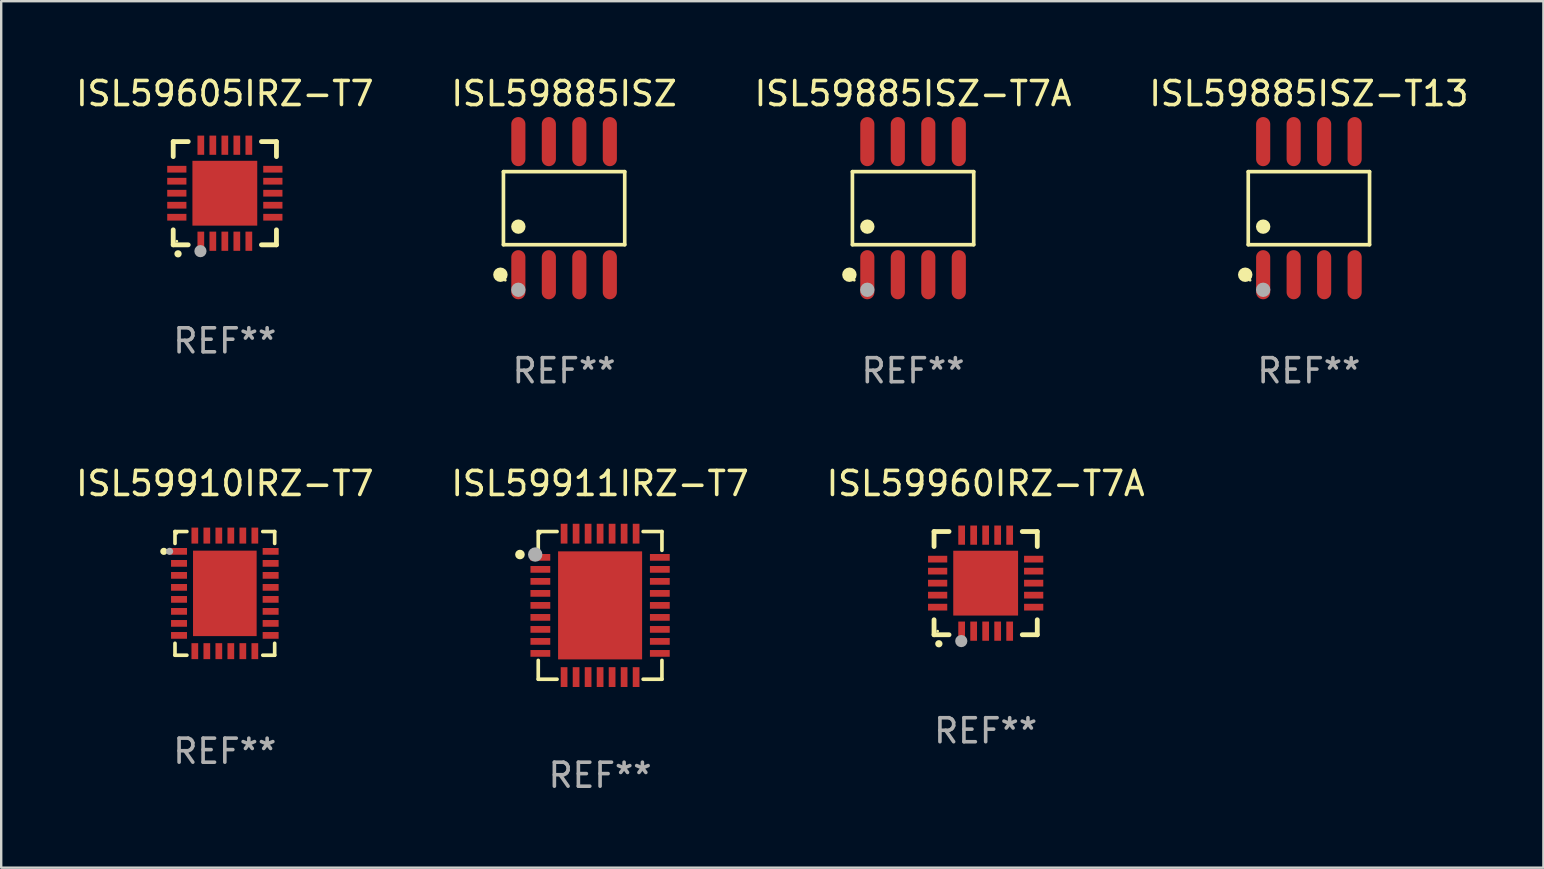
<source format=kicad_pcb>
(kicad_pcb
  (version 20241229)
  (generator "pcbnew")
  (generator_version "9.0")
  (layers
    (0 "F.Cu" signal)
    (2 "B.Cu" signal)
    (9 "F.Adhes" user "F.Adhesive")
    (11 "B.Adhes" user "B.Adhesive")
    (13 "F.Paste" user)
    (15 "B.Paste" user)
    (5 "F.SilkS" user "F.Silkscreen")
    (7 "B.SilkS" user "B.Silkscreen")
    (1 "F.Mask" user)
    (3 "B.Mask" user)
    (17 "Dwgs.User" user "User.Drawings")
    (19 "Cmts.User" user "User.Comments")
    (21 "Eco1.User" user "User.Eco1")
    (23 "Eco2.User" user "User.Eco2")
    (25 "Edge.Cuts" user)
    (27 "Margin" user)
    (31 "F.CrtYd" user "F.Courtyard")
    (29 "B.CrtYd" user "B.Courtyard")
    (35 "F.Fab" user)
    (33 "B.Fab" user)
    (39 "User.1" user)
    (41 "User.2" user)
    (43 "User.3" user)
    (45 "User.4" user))
  (footprint "ISL59885ISZ-T13"
    (layer "F.Cu")
    (at 51.47 5.621)
    (property "Reference" "ISL59885ISZ-T13" (at 0 -4.772 0) (layer "F.SilkS") (effects (font (size 1 1) (thickness 0.15))))
    (attr through_hole)
    (fp_line (start -2.526 -1.521) (end 2.526 -1.521) (stroke (width 0.152) (type solid)) (layer "F.SilkS"))
    (fp_line (start -2.526 1.521) (end -2.526 -1.521) (stroke (width 0.152) (type solid)) (layer "F.SilkS"))
    (fp_line (start 2.526 -1.521) (end 2.526 1.521) (stroke (width 0.152) (type solid)) (layer "F.SilkS"))
    (fp_line (start 2.526 1.521) (end -2.526 1.521) (stroke (width 0.152) (type solid)) (layer "F.SilkS"))
    (fp_circle (center -2.652 2.772) (end -2.501 2.772) (stroke (width 0.3) (type solid)) (fill no) (layer "F.SilkS"))
    (fp_circle (center -2.45 3) (end -2.42 3) (stroke (width 0.06) (type solid)) (fill no) (layer "F.SilkS"))
    (fp_circle (center -1.905 0.769) (end -1.755 0.769) (stroke (width 0.3) (type solid)) (fill no) (layer "F.SilkS"))
    (fp_circle (center -1.905 3.4) (end -1.755 3.4) (stroke (width 0.3) (type solid)) (fill no) (layer "F.Fab"))
    (fp_text user "REF**" (at 0 6.772 0) (layer "F.Fab") (effects (font (size 1 1) (thickness 0.15))))
    (pad "1" smd oval (at -1.905 2.772) (size 0.588 2.045) (layers "F.Cu" "F.Mask" "F.Paste"))
    (pad "2" smd oval (at -0.635 2.772) (size 0.588 2.045) (layers "F.Cu" "F.Mask" "F.Paste"))
    (pad "3" smd oval (at 0.635 2.772) (size 0.588 2.045) (layers "F.Cu" "F.Mask" "F.Paste"))
    (pad "4" smd oval (at 1.905 2.772) (size 0.588 2.045) (layers "F.Cu" "F.Mask" "F.Paste"))
    (pad "5" smd oval (at 1.905 -2.772) (size 0.588 2.045) (layers "F.Cu" "F.Mask" "F.Paste"))
    (pad "6" smd oval (at 0.635 -2.772) (size 0.588 2.045) (layers "F.Cu" "F.Mask" "F.Paste"))
    (pad "7" smd oval (at -0.635 -2.772) (size 0.588 2.045) (layers "F.Cu" "F.Mask" "F.Paste"))
    (pad "8" smd oval (at -1.905 -2.772) (size 0.588 2.045) (layers "F.Cu" "F.Mask" "F.Paste")))
  (footprint "ISL59885ISZ-T7A"
    (layer "F.Cu")
    (at 34.982 5.621)
    (property "Reference" "ISL59885ISZ-T7A" (at 0 -4.772 0) (layer "F.SilkS") (effects (font (size 1 1) (thickness 0.15))))
    (attr through_hole)
    (fp_line (start -2.526 -1.521) (end 2.526 -1.521) (stroke (width 0.152) (type solid)) (layer "F.SilkS"))
    (fp_line (start -2.526 1.521) (end -2.526 -1.521) (stroke (width 0.152) (type solid)) (layer "F.SilkS"))
    (fp_line (start 2.526 -1.521) (end 2.526 1.521) (stroke (width 0.152) (type solid)) (layer "F.SilkS"))
    (fp_line (start 2.526 1.521) (end -2.526 1.521) (stroke (width 0.152) (type solid)) (layer "F.SilkS"))
    (fp_circle (center -2.652 2.772) (end -2.501 2.772) (stroke (width 0.3) (type solid)) (fill no) (layer "F.SilkS"))
    (fp_circle (center -2.45 3) (end -2.42 3) (stroke (width 0.06) (type solid)) (fill no) (layer "F.SilkS"))
    (fp_circle (center -1.905 0.769) (end -1.755 0.769) (stroke (width 0.3) (type solid)) (fill no) (layer "F.SilkS"))
    (fp_circle (center -1.905 3.4) (end -1.755 3.4) (stroke (width 0.3) (type solid)) (fill no) (layer "F.Fab"))
    (fp_text user "REF**" (at 0 6.772 0) (layer "F.Fab") (effects (font (size 1 1) (thickness 0.15))))
    (pad "1" smd oval (at -1.905 2.772) (size 0.588 2.045) (layers "F.Cu" "F.Mask" "F.Paste"))
    (pad "2" smd oval (at -0.635 2.772) (size 0.588 2.045) (layers "F.Cu" "F.Mask" "F.Paste"))
    (pad "3" smd oval (at 0.635 2.772) (size 0.588 2.045) (layers "F.Cu" "F.Mask" "F.Paste"))
    (pad "4" smd oval (at 1.905 2.772) (size 0.588 2.045) (layers "F.Cu" "F.Mask" "F.Paste"))
    (pad "5" smd oval (at 1.905 -2.772) (size 0.588 2.045) (layers "F.Cu" "F.Mask" "F.Paste"))
    (pad "6" smd oval (at 0.635 -2.772) (size 0.588 2.045) (layers "F.Cu" "F.Mask" "F.Paste"))
    (pad "7" smd oval (at -0.635 -2.772) (size 0.588 2.045) (layers "F.Cu" "F.Mask" "F.Paste"))
    (pad "8" smd oval (at -1.905 -2.772) (size 0.588 2.045) (layers "F.Cu" "F.Mask" "F.Paste")))
  (footprint "ISL59910IRZ-T7"
    (layer "F.Cu")
    (at 6.315 21.666)
    (property "Reference" "ISL59910IRZ-T7" (at 0 -4.576 0) (layer "F.SilkS") (effects (font (size 1 1) (thickness 0.15))))
    (attr through_hole)
    (fp_line (start -2.076 -2.576) (end -2.076 -2.08) (stroke (width 0.152) (type solid)) (layer "F.SilkS"))
    (fp_line (start -2.076 2.576) (end -2.076 2.08) (stroke (width 0.152) (type solid)) (layer "F.SilkS"))
    (fp_line (start -1.58 -2.576) (end -2.076 -2.576) (stroke (width 0.152) (type solid)) (layer "F.SilkS"))
    (fp_line (start -1.58 2.576) (end -2.076 2.576) (stroke (width 0.152) (type solid)) (layer "F.SilkS"))
    (fp_line (start 1.58 -2.576) (end 2.076 -2.576) (stroke (width 0.152) (type solid)) (layer "F.SilkS"))
    (fp_line (start 1.58 2.576) (end 2.076 2.576) (stroke (width 0.152) (type solid)) (layer "F.SilkS"))
    (fp_line (start 2.076 -2.576) (end 2.076 -2.08) (stroke (width 0.152) (type solid)) (layer "F.SilkS"))
    (fp_line (start 2.076 2.576) (end 2.076 2.08) (stroke (width 0.152) (type solid)) (layer "F.SilkS"))
    (fp_circle (center -2.54 -1.75) (end -2.465 -1.75) (stroke (width 0.15) (type solid)) (fill no) (layer "F.SilkS"))
    (fp_circle (center -2 -2.5) (end -1.97 -2.5) (stroke (width 0.06) (type solid)) (fill no) (layer "F.SilkS"))
    (fp_circle (center -2.3 -1.75) (end -2.225 -1.75) (stroke (width 0.15) (type solid)) (fill no) (layer "F.Fab"))
    (fp_text user "REF**" (at 0 6.576 0) (layer "F.Fab") (effects (font (size 1 1) (thickness 0.15))))
    (pad "1" smd rect (at -1.908 -1.75) (size 0.665 0.28) (layers "F.Cu" "F.Mask" "F.Paste"))
    (pad "2" smd rect (at -1.908 -1.25) (size 0.665 0.28) (layers "F.Cu" "F.Mask" "F.Paste"))
    (pad "3" smd rect (at -1.908 -0.75) (size 0.665 0.28) (layers "F.Cu" "F.Mask" "F.Paste"))
    (pad "4" smd rect (at -1.908 -0.25) (size 0.665 0.28) (layers "F.Cu" "F.Mask" "F.Paste"))
    (pad "5" smd rect (at -1.908 0.25) (size 0.665 0.28) (layers "F.Cu" "F.Mask" "F.Paste"))
    (pad "6" smd rect (at -1.908 0.75) (size 0.665 0.28) (layers "F.Cu" "F.Mask" "F.Paste"))
    (pad "7" smd rect (at -1.908 1.25) (size 0.665 0.28) (layers "F.Cu" "F.Mask" "F.Paste"))
    (pad "8" smd rect (at -1.908 1.75) (size 0.665 0.28) (layers "F.Cu" "F.Mask" "F.Paste"))
    (pad "9" smd rect (at -1.25 2.407) (size 0.28 0.665) (layers "F.Cu" "F.Mask" "F.Paste"))
    (pad "10" smd rect (at -0.75 2.407) (size 0.28 0.665) (layers "F.Cu" "F.Mask" "F.Paste"))
    (pad "11" smd rect (at -0.25 2.407) (size 0.28 0.665) (layers "F.Cu" "F.Mask" "F.Paste"))
    (pad "12" smd rect (at 0.25 2.407) (size 0.28 0.665) (layers "F.Cu" "F.Mask" "F.Paste"))
    (pad "13" smd rect (at 0.75 2.407) (size 0.28 0.665) (layers "F.Cu" "F.Mask" "F.Paste"))
    (pad "14" smd rect (at 1.25 2.407) (size 0.28 0.665) (layers "F.Cu" "F.Mask" "F.Paste"))
    (pad "15" smd rect (at 1.908 1.75) (size 0.665 0.28) (layers "F.Cu" "F.Mask" "F.Paste"))
    (pad "16" smd rect (at 1.908 1.25) (size 0.665 0.28) (layers "F.Cu" "F.Mask" "F.Paste"))
    (pad "17" smd rect (at 1.908 0.75) (size 0.665 0.28) (layers "F.Cu" "F.Mask" "F.Paste"))
    (pad "18" smd rect (at 1.908 0.25) (size 0.665 0.28) (layers "F.Cu" "F.Mask" "F.Paste"))
    (pad "19" smd rect (at 1.908 -0.25) (size 0.665 0.28) (layers "F.Cu" "F.Mask" "F.Paste"))
    (pad "20" smd rect (at 1.908 -0.75) (size 0.665 0.28) (layers "F.Cu" "F.Mask" "F.Paste"))
    (pad "21" smd rect (at 1.908 -1.25) (size 0.665 0.28) (layers "F.Cu" "F.Mask" "F.Paste"))
    (pad "22" smd rect (at 1.908 -1.75) (size 0.665 0.28) (layers "F.Cu" "F.Mask" "F.Paste"))
    (pad "23" smd rect (at 1.25 -2.407) (size 0.28 0.665) (layers "F.Cu" "F.Mask" "F.Paste"))
    (pad "24" smd rect (at 0.75 -2.407) (size 0.28 0.665) (layers "F.Cu" "F.Mask" "F.Paste"))
    (pad "25" smd rect (at 0.25 -2.407) (size 0.28 0.665) (layers "F.Cu" "F.Mask" "F.Paste"))
    (pad "26" smd rect (at -0.25 -2.407) (size 0.28 0.665) (layers "F.Cu" "F.Mask" "F.Paste"))
    (pad "27" smd rect (at -0.75 -2.407) (size 0.28 0.665) (layers "F.Cu" "F.Mask" "F.Paste"))
    (pad "28" smd rect (at -1.25 -2.407) (size 0.28 0.665) (layers "F.Cu" "F.Mask" "F.Paste"))
    (pad "29" smd rect (at 0 0) (size 2.65 3.56) (layers "F.Cu" "F.Mask" "F.Paste")))
  (footprint "ISL59885ISZ"
    (layer "F.Cu")
    (at 20.446 5.621)
    (property "Reference" "ISL59885ISZ" (at 0 -4.772 0) (layer "F.SilkS") (effects (font (size 1 1) (thickness 0.15))))
    (attr through_hole)
    (fp_line (start -2.526 -1.521) (end 2.526 -1.521) (stroke (width 0.152) (type solid)) (layer "F.SilkS"))
    (fp_line (start -2.526 1.521) (end -2.526 -1.521) (stroke (width 0.152) (type solid)) (layer "F.SilkS"))
    (fp_line (start 2.526 -1.521) (end 2.526 1.521) (stroke (width 0.152) (type solid)) (layer "F.SilkS"))
    (fp_line (start 2.526 1.521) (end -2.526 1.521) (stroke (width 0.152) (type solid)) (layer "F.SilkS"))
    (fp_circle (center -2.652 2.772) (end -2.501 2.772) (stroke (width 0.3) (type solid)) (fill no) (layer "F.SilkS"))
    (fp_circle (center -2.45 3) (end -2.42 3) (stroke (width 0.06) (type solid)) (fill no) (layer "F.SilkS"))
    (fp_circle (center -1.905 0.769) (end -1.755 0.769) (stroke (width 0.3) (type solid)) (fill no) (layer "F.SilkS"))
    (fp_circle (center -1.905 3.4) (end -1.755 3.4) (stroke (width 0.3) (type solid)) (fill no) (layer "F.Fab"))
    (fp_text user "REF**" (at 0 6.772 0) (layer "F.Fab") (effects (font (size 1 1) (thickness 0.15))))
    (pad "1" smd oval (at -1.905 2.772) (size 0.588 2.045) (layers "F.Cu" "F.Mask" "F.Paste"))
    (pad "2" smd oval (at -0.635 2.772) (size 0.588 2.045) (layers "F.Cu" "F.Mask" "F.Paste"))
    (pad "3" smd oval (at 0.635 2.772) (size 0.588 2.045) (layers "F.Cu" "F.Mask" "F.Paste"))
    (pad "4" smd oval (at 1.905 2.772) (size 0.588 2.045) (layers "F.Cu" "F.Mask" "F.Paste"))
    (pad "5" smd oval (at 1.905 -2.772) (size 0.588 2.045) (layers "F.Cu" "F.Mask" "F.Paste"))
    (pad "6" smd oval (at 0.635 -2.772) (size 0.588 2.045) (layers "F.Cu" "F.Mask" "F.Paste"))
    (pad "7" smd oval (at -0.635 -2.772) (size 0.588 2.045) (layers "F.Cu" "F.Mask" "F.Paste"))
    (pad "8" smd oval (at -1.905 -2.772) (size 0.588 2.045) (layers "F.Cu" "F.Mask" "F.Paste")))
  (footprint "ISL59911IRZ-T7"
    (layer "F.Cu")
    (at 21.946 22.166)
    (property "Reference" "ISL59911IRZ-T7" (at 0 -5.076 0) (layer "F.SilkS") (effects (font (size 1 1) (thickness 0.15))))
    (attr through_hole)
    (fp_line (start -2.576 -3.076) (end -1.792 -3.076) (stroke (width 0.152) (type solid)) (layer "F.SilkS"))
    (fp_line (start -2.576 -2.292) (end -2.576 -3.076) (stroke (width 0.152) (type solid)) (layer "F.SilkS"))
    (fp_line (start -2.576 2.292) (end -2.576 3.076) (stroke (width 0.152) (type solid)) (layer "F.SilkS"))
    (fp_line (start -2.576 3.076) (end -1.792 3.076) (stroke (width 0.152) (type solid)) (layer "F.SilkS"))
    (fp_line (start 2.576 -3.076) (end 1.792 -3.076) (stroke (width 0.152) (type solid)) (layer "F.SilkS"))
    (fp_line (start 2.576 -2.292) (end 2.576 -3.076) (stroke (width 0.152) (type solid)) (layer "F.SilkS"))
    (fp_line (start 2.576 2.292) (end 2.576 3.076) (stroke (width 0.152) (type solid)) (layer "F.SilkS"))
    (fp_line (start 2.576 3.076) (end 1.792 3.076) (stroke (width 0.152) (type solid)) (layer "F.SilkS"))
    (fp_circle (center -3.338 -2.118) (end -3.238 -2.118) (stroke (width 0.2) (type solid)) (fill no) (layer "F.SilkS"))
    (fp_circle (center -2.5 -3) (end -2.47 -3) (stroke (width 0.06) (type solid)) (fill no) (layer "F.SilkS"))
    (fp_circle (center -2.703 -2.118) (end -2.553 -2.118) (stroke (width 0.3) (type solid)) (fill no) (layer "F.Fab"))
    (fp_text user "REF**" (at 0 7.076 0) (layer "F.Fab") (effects (font (size 1 1) (thickness 0.15))))
    (pad "1" smd rect (at -2.488 -2) (size 0.825 0.28) (layers "F.Cu" "F.Mask" "F.Paste"))
    (pad "2" smd rect (at -2.488 -1.5) (size 0.825 0.28) (layers "F.Cu" "F.Mask" "F.Paste"))
    (pad "3" smd rect (at -2.488 -1) (size 0.825 0.28) (layers "F.Cu" "F.Mask" "F.Paste"))
    (pad "4" smd rect (at -2.488 -0.5) (size 0.825 0.28) (layers "F.Cu" "F.Mask" "F.Paste"))
    (pad "5" smd rect (at -2.488 -0.000013) (size 0.825 0.28) (layers "F.Cu" "F.Mask" "F.Paste"))
    (pad "6" smd rect (at -2.488 0.5) (size 0.825 0.28) (layers "F.Cu" "F.Mask" "F.Paste"))
    (pad "7" smd rect (at -2.488 1) (size 0.825 0.28) (layers "F.Cu" "F.Mask" "F.Paste"))
    (pad "8" smd rect (at -2.488 1.5) (size 0.825 0.28) (layers "F.Cu" "F.Mask" "F.Paste"))
    (pad "9" smd rect (at -2.488 2) (size 0.825 0.28) (layers "F.Cu" "F.Mask" "F.Paste"))
    (pad "10" smd rect (at -1.5 2.987) (size 0.28 0.825) (layers "F.Cu" "F.Mask" "F.Paste"))
    (pad "11" smd rect (at -1 2.987) (size 0.28 0.825) (layers "F.Cu" "F.Mask" "F.Paste"))
    (pad "12" smd rect (at -0.5 2.987) (size 0.28 0.825) (layers "F.Cu" "F.Mask" "F.Paste"))
    (pad "13" smd rect (at -0.000013 2.987) (size 0.28 0.825) (layers "F.Cu" "F.Mask" "F.Paste"))
    (pad "14" smd rect (at 0.5 2.987) (size 0.28 0.825) (layers "F.Cu" "F.Mask" "F.Paste"))
    (pad "15" smd rect (at 1 2.987) (size 0.28 0.825) (layers "F.Cu" "F.Mask" "F.Paste"))
    (pad "16" smd rect (at 1.5 2.987) (size 0.28 0.825) (layers "F.Cu" "F.Mask" "F.Paste"))
    (pad "17" smd rect (at 2.488 2) (size 0.825 0.28) (layers "F.Cu" "F.Mask" "F.Paste"))
    (pad "18" smd rect (at 2.488 1.5) (size 0.825 0.28) (layers "F.Cu" "F.Mask" "F.Paste"))
    (pad "19" smd rect (at 2.488 1) (size 0.825 0.28) (layers "F.Cu" "F.Mask" "F.Paste"))
    (pad "20" smd rect (at 2.488 0.5) (size 0.825 0.28) (layers "F.Cu" "F.Mask" "F.Paste"))
    (pad "21" smd rect (at 2.488 -0.000013) (size 0.825 0.28) (layers "F.Cu" "F.Mask" "F.Paste"))
    (pad "22" smd rect (at 2.488 -0.5) (size 0.825 0.28) (layers "F.Cu" "F.Mask" "F.Paste"))
    (pad "23" smd rect (at 2.488 -1) (size 0.825 0.28) (layers "F.Cu" "F.Mask" "F.Paste"))
    (pad "24" smd rect (at 2.488 -1.5) (size 0.825 0.28) (layers "F.Cu" "F.Mask" "F.Paste"))
    (pad "25" smd rect (at 2.488 -2) (size 0.825 0.28) (layers "F.Cu" "F.Mask" "F.Paste"))
    (pad "26" smd rect (at 1.5 -2.987) (size 0.28 0.825) (layers "F.Cu" "F.Mask" "F.Paste"))
    (pad "27" smd rect (at 1 -2.987) (size 0.28 0.825) (layers "F.Cu" "F.Mask" "F.Paste"))
    (pad "28" smd rect (at 0.5 -2.987) (size 0.28 0.825) (layers "F.Cu" "F.Mask" "F.Paste"))
    (pad "29" smd rect (at -0.000013 -2.987) (size 0.28 0.825) (layers "F.Cu" "F.Mask" "F.Paste"))
    (pad "30" smd rect (at -0.5 -2.987) (size 0.28 0.825) (layers "F.Cu" "F.Mask" "F.Paste"))
    (pad "31" smd rect (at -1 -2.987) (size 0.28 0.825) (layers "F.Cu" "F.Mask" "F.Paste"))
    (pad "32" smd rect (at -1.5 -2.987) (size 0.28 0.825) (layers "F.Cu" "F.Mask" "F.Paste"))
    (pad "33" smd rect (at -0.000013 -0.000013) (size 3.5 4.5) (layers "F.Cu" "F.Mask" "F.Paste")))
  (footprint "ISL59960IRZ-T7A"
    (layer "F.Cu")
    (at 38.006 21.24)
    (property "Reference" "ISL59960IRZ-T7A" (at 0 -4.15 0) (layer "F.SilkS") (effects (font (size 1 1) (thickness 0.15))))
    (attr through_hole)
    (fp_line (start -2.15 -2.15) (end -2.15 -1.525) (stroke (width 0.2) (type solid)) (layer "F.SilkS"))
    (fp_line (start -2.15 2.15) (end -2.15 1.525) (stroke (width 0.2) (type solid)) (layer "F.SilkS"))
    (fp_line (start -1.525 -2.15) (end -2.15 -2.15) (stroke (width 0.2) (type solid)) (layer "F.SilkS"))
    (fp_line (start -1.525 2.15) (end -2.15 2.15) (stroke (width 0.2) (type solid)) (layer "F.SilkS"))
    (fp_line (start 1.525 2.15) (end 2.15 2.15) (stroke (width 0.2) (type solid)) (layer "F.SilkS"))
    (fp_line (start 2.15 -2.15) (end 1.525 -2.15) (stroke (width 0.2) (type solid)) (layer "F.SilkS"))
    (fp_line (start 2.15 -1.525) (end 2.15 -2.15) (stroke (width 0.2) (type solid)) (layer "F.SilkS"))
    (fp_line (start 2.15 2.15) (end 2.15 1.525) (stroke (width 0.2) (type solid)) (layer "F.SilkS"))
    (fp_arc (start -1.950724 2.524765) (mid -1.949454 2.52476) (end -1.948184 2.524765) (stroke (width 0.3) (type solid)) (layer "F.SilkS"))
    (fp_circle (center -2 2) (end -1.97 2) (stroke (width 0.06) (type solid)) (fill no) (layer "F.SilkS"))
    (fp_circle (center -1.016 2.413) (end -0.889 2.413) (stroke (width 0.254) (type solid)) (fill no) (layer "F.Fab"))
    (fp_text user "REF**" (at 0 6.15 0) (layer "F.Fab") (effects (font (size 1 1) (thickness 0.15))))
    (pad "1" smd rect (at -1 2) (size 0.28 0.8) (layers "F.Cu" "F.Mask" "F.Paste"))
    (pad "2" smd rect (at -0.5 2) (size 0.28 0.8) (layers "F.Cu" "F.Mask" "F.Paste"))
    (pad "3" smd rect (at 0 2) (size 0.28 0.8) (layers "F.Cu" "F.Mask" "F.Paste"))
    (pad "4" smd rect (at 0.5 2) (size 0.28 0.8) (layers "F.Cu" "F.Mask" "F.Paste"))
    (pad "5" smd rect (at 1 2) (size 0.28 0.8) (layers "F.Cu" "F.Mask" "F.Paste"))
    (pad "6" smd rect (at 2 1) (size 0.8 0.28) (layers "F.Cu" "F.Mask" "F.Paste"))
    (pad "7" smd rect (at 2 0.5) (size 0.8 0.28) (layers "F.Cu" "F.Mask" "F.Paste"))
    (pad "8" smd rect (at 2 0) (size 0.8 0.28) (layers "F.Cu" "F.Mask" "F.Paste"))
    (pad "9" smd rect (at 2 -0.5) (size 0.8 0.28) (layers "F.Cu" "F.Mask" "F.Paste"))
    (pad "10" smd rect (at 2 -1) (size 0.8 0.28) (layers "F.Cu" "F.Mask" "F.Paste"))
    (pad "11" smd rect (at 1 -2) (size 0.28 0.8) (layers "F.Cu" "F.Mask" "F.Paste"))
    (pad "12" smd rect (at 0.5 -2) (size 0.28 0.8) (layers "F.Cu" "F.Mask" "F.Paste"))
    (pad "13" smd rect (at 0 -2) (size 0.28 0.8) (layers "F.Cu" "F.Mask" "F.Paste"))
    (pad "14" smd rect (at -0.5 -2) (size 0.28 0.8) (layers "F.Cu" "F.Mask" "F.Paste"))
    (pad "15" smd rect (at -1 -2) (size 0.28 0.8) (layers "F.Cu" "F.Mask" "F.Paste"))
    (pad "16" smd rect (at -2 -1) (size 0.8 0.28) (layers "F.Cu" "F.Mask" "F.Paste"))
    (pad "17" smd rect (at -2 -0.5) (size 0.8 0.28) (layers "F.Cu" "F.Mask" "F.Paste"))
    (pad "18" smd rect (at -2 0) (size 0.8 0.28) (layers "F.Cu" "F.Mask" "F.Paste"))
    (pad "19" smd rect (at -2 0.5) (size 0.8 0.28) (layers "F.Cu" "F.Mask" "F.Paste"))
    (pad "20" smd rect (at -2 1) (size 0.8 0.28) (layers "F.Cu" "F.Mask" "F.Paste"))
    (pad "21" smd rect (at 0 0) (size 2.7 2.7) (layers "F.Cu" "F.Mask" "F.Paste")))
  (footprint "ISL59605IRZ-T7"
    (layer "F.Cu")
    (at 6.315 4.998)
    (property "Reference" "ISL59605IRZ-T7" (at 0 -4.15 0) (layer "F.SilkS") (effects (font (size 1 1) (thickness 0.15))))
    (attr through_hole)
    (fp_line (start -2.15 -2.15) (end -2.15 -1.525) (stroke (width 0.2) (type solid)) (layer "F.SilkS"))
    (fp_line (start -2.15 2.15) (end -2.15 1.525) (stroke (width 0.2) (type solid)) (layer "F.SilkS"))
    (fp_line (start -1.525 -2.15) (end -2.15 -2.15) (stroke (width 0.2) (type solid)) (layer "F.SilkS"))
    (fp_line (start -1.525 2.15) (end -2.15 2.15) (stroke (width 0.2) (type solid)) (layer "F.SilkS"))
    (fp_line (start 1.525 2.15) (end 2.15 2.15) (stroke (width 0.2) (type solid)) (layer "F.SilkS"))
    (fp_line (start 2.15 -2.15) (end 1.525 -2.15) (stroke (width 0.2) (type solid)) (layer "F.SilkS"))
    (fp_line (start 2.15 -1.525) (end 2.15 -2.15) (stroke (width 0.2) (type solid)) (layer "F.SilkS"))
    (fp_line (start 2.15 2.15) (end 2.15 1.525) (stroke (width 0.2) (type solid)) (layer "F.SilkS"))
    (fp_arc (start -1.950724 2.524765) (mid -1.949454 2.52476) (end -1.948184 2.524765) (stroke (width 0.3) (type solid)) (layer "F.SilkS"))
    (fp_circle (center -2 2) (end -1.97 2) (stroke (width 0.06) (type solid)) (fill no) (layer "F.SilkS"))
    (fp_circle (center -1.016 2.413) (end -0.889 2.413) (stroke (width 0.254) (type solid)) (fill no) (layer "F.Fab"))
    (fp_text user "REF**" (at 0 6.15 0) (layer "F.Fab") (effects (font (size 1 1) (thickness 0.15))))
    (pad "1" smd rect (at -1 2) (size 0.28 0.8) (layers "F.Cu" "F.Mask" "F.Paste"))
    (pad "2" smd rect (at -0.5 2) (size 0.28 0.8) (layers "F.Cu" "F.Mask" "F.Paste"))
    (pad "3" smd rect (at 0 2) (size 0.28 0.8) (layers "F.Cu" "F.Mask" "F.Paste"))
    (pad "4" smd rect (at 0.5 2) (size 0.28 0.8) (layers "F.Cu" "F.Mask" "F.Paste"))
    (pad "5" smd rect (at 1 2) (size 0.28 0.8) (layers "F.Cu" "F.Mask" "F.Paste"))
    (pad "6" smd rect (at 2 1) (size 0.8 0.28) (layers "F.Cu" "F.Mask" "F.Paste"))
    (pad "7" smd rect (at 2 0.5) (size 0.8 0.28) (layers "F.Cu" "F.Mask" "F.Paste"))
    (pad "8" smd rect (at 2 0) (size 0.8 0.28) (layers "F.Cu" "F.Mask" "F.Paste"))
    (pad "9" smd rect (at 2 -0.5) (size 0.8 0.28) (layers "F.Cu" "F.Mask" "F.Paste"))
    (pad "10" smd rect (at 2 -1) (size 0.8 0.28) (layers "F.Cu" "F.Mask" "F.Paste"))
    (pad "11" smd rect (at 1 -2) (size 0.28 0.8) (layers "F.Cu" "F.Mask" "F.Paste"))
    (pad "12" smd rect (at 0.5 -2) (size 0.28 0.8) (layers "F.Cu" "F.Mask" "F.Paste"))
    (pad "13" smd rect (at 0 -2) (size 0.28 0.8) (layers "F.Cu" "F.Mask" "F.Paste"))
    (pad "14" smd rect (at -0.5 -2) (size 0.28 0.8) (layers "F.Cu" "F.Mask" "F.Paste"))
    (pad "15" smd rect (at -1 -2) (size 0.28 0.8) (layers "F.Cu" "F.Mask" "F.Paste"))
    (pad "16" smd rect (at -2 -1) (size 0.8 0.28) (layers "F.Cu" "F.Mask" "F.Paste"))
    (pad "17" smd rect (at -2 -0.5) (size 0.8 0.28) (layers "F.Cu" "F.Mask" "F.Paste"))
    (pad "18" smd rect (at -2 0) (size 0.8 0.28) (layers "F.Cu" "F.Mask" "F.Paste"))
    (pad "19" smd rect (at -2 0.5) (size 0.8 0.28) (layers "F.Cu" "F.Mask" "F.Paste"))
    (pad "20" smd rect (at -2 1) (size 0.8 0.28) (layers "F.Cu" "F.Mask" "F.Paste"))
    (pad "21" smd rect (at 0 0) (size 2.7 2.7) (layers "F.Cu" "F.Mask" "F.Paste")))
  (gr_rect
    (start -3 -3)
    (end 61.238 33.09)
    (stroke (width 0.1) (type default))
    (fill no)
    (layer "Edge.Cuts")))
</source>
